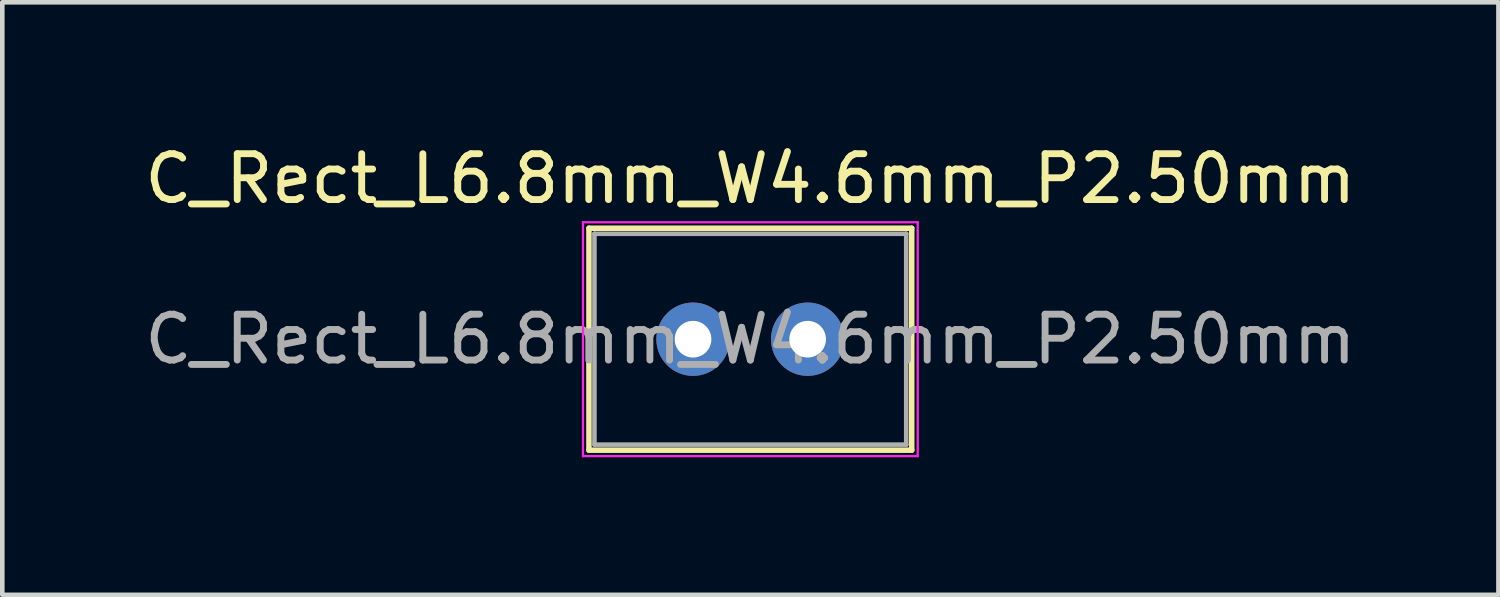
<source format=kicad_pcb>
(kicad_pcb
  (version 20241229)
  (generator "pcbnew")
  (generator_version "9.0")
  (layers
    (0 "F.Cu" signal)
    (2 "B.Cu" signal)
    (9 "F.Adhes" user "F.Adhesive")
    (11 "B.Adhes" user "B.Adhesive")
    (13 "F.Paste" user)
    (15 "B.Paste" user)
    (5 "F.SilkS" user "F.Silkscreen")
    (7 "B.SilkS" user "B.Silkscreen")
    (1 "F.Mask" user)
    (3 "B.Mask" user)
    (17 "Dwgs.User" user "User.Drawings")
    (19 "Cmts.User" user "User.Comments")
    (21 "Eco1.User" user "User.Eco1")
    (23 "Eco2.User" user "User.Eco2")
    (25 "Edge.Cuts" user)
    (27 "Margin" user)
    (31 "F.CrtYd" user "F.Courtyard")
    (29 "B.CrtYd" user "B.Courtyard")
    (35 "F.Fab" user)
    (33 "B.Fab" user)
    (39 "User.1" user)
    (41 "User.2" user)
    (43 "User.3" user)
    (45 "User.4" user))
  (footprint "C_Rect_L6.8mm_W4.6mm_P2.50mm"
    (layer "F.Cu")
    (at 12.065 4.348)
    (property "Reference" "C_Rect_L6.8mm_W4.6mm_P2.50mm" (at 1.25 -3.5 0) (layer "F.SilkS") (effects (font (size 1 1) (thickness 0.15))))
    (attr through_hole)
    (fp_line (start -2.27 -2.42) (end -2.27 2.42) (stroke (width 0.12) (type solid)) (layer "F.SilkS"))
    (fp_line (start -2.27 -2.42) (end 4.77 -2.42) (stroke (width 0.12) (type solid)) (layer "F.SilkS"))
    (fp_line (start -2.27 2.42) (end 4.77 2.42) (stroke (width 0.12) (type solid)) (layer "F.SilkS"))
    (fp_line (start 4.77 -2.42) (end 4.77 2.42) (stroke (width 0.12) (type solid)) (layer "F.SilkS"))
    (fp_line (start -2.4 -2.55) (end -2.4 2.55) (stroke (width 0.05) (type solid)) (layer "F.CrtYd"))
    (fp_line (start -2.4 2.55) (end 4.9 2.55) (stroke (width 0.05) (type solid)) (layer "F.CrtYd"))
    (fp_line (start 4.9 -2.55) (end -2.4 -2.55) (stroke (width 0.05) (type solid)) (layer "F.CrtYd"))
    (fp_line (start 4.9 2.55) (end 4.9 -2.55) (stroke (width 0.05) (type solid)) (layer "F.CrtYd"))
    (fp_line (start -2.15 -2.3) (end -2.15 2.3) (stroke (width 0.1) (type solid)) (layer "F.Fab"))
    (fp_line (start -2.15 2.3) (end 4.65 2.3) (stroke (width 0.1) (type solid)) (layer "F.Fab"))
    (fp_line (start 4.65 -2.3) (end -2.15 -2.3) (stroke (width 0.1) (type solid)) (layer "F.Fab"))
    (fp_line (start 4.65 2.3) (end 4.65 -2.3) (stroke (width 0.1) (type solid)) (layer "F.Fab"))
    (fp_text user "${REFERENCE}" (at 1.25 0 0) (layer "F.Fab") (effects (font (size 1 1) (thickness 0.15))))
    (pad "1" thru_hole circle (at 0 0) (size 1.6 1.6) (drill 0.8) (layers "*.Cu" "*.Mask"))
    (pad "2" thru_hole circle (at 2.5 0) (size 1.6 1.6) (drill 0.8) (layers "*.Cu" "*.Mask")))
  (gr_rect
    (start -3 -3)
    (end 29.631 9.923)
    (stroke (width 0.1) (type default))
    (fill no)
    (layer "Edge.Cuts")))
</source>
